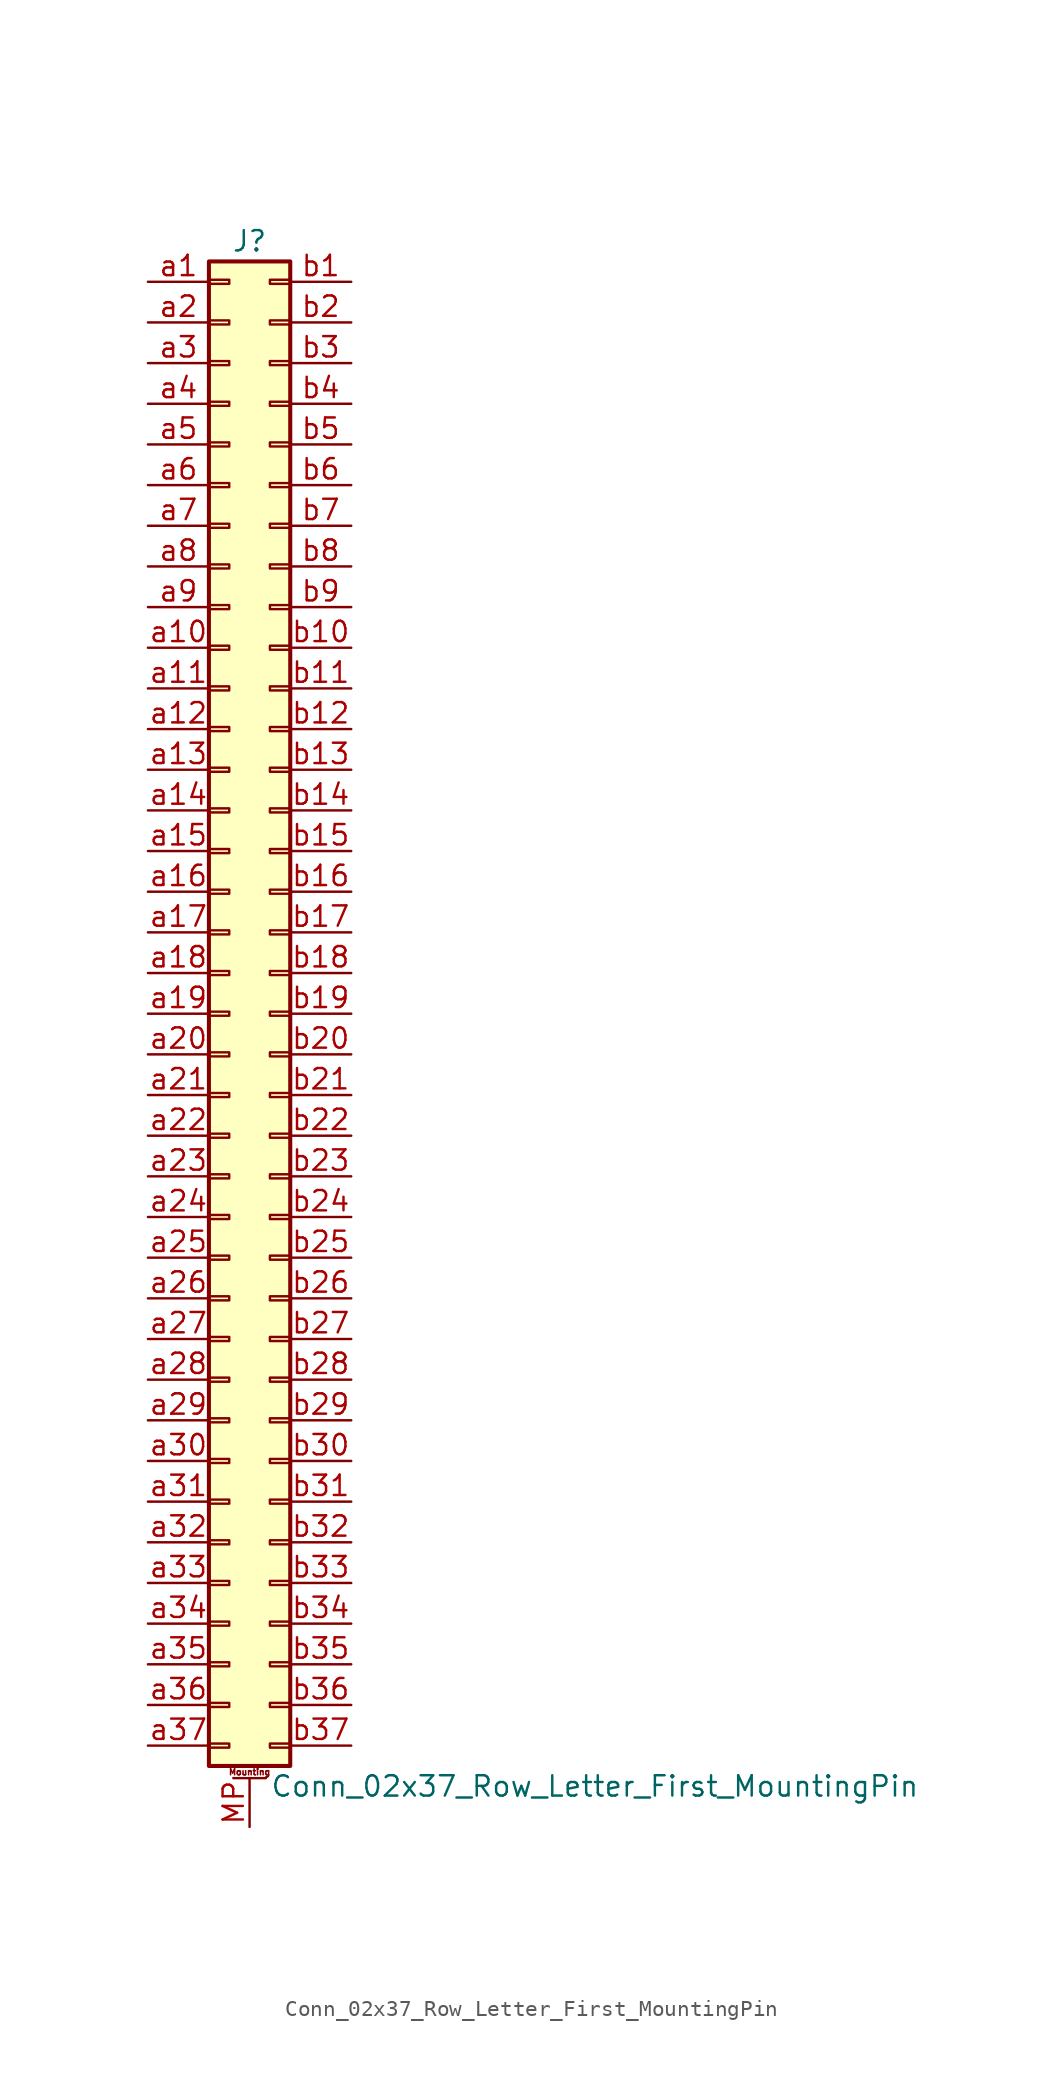
<source format=kicad_sym>
(kicad_symbol_lib
  (version 20211014)
  (generator kicad_symbol_editor)
  (symbol "Conn_02x37_Row_Letter_First_MountingPin"
    (pin_names
      (offset 1.016) hide)
    (property "Reference" "J"
      (at 1.27 48.26 0)
      (effects (font (size 1.27 1.27))))
    (property "Value" "Conn_02x37_Row_Letter_First_MountingPin"
      (at 2.54 -48.26 0)
      (effects (font (size 1.27 1.27)) (justify left)))
    (symbol "Conn_02x37_Row_Letter_First_MountingPin_1_1"
      (rectangle (start -1.27 -45.593) (end 0 -45.847) (stroke (width 0.152) (type default) (color 0 0 0 0)) (fill (type none)))
      (rectangle (start -1.27 -43.053) (end 0 -43.307) (stroke (width 0.152) (type default) (color 0 0 0 0)) (fill (type none)))
      (rectangle (start -1.27 -40.513) (end 0 -40.767) (stroke (width 0.152) (type default) (color 0 0 0 0)) (fill (type none)))
      (rectangle (start -1.27 -37.973) (end 0 -38.227) (stroke (width 0.152) (type default) (color 0 0 0 0)) (fill (type none)))
      (rectangle (start -1.27 -35.433) (end 0 -35.687) (stroke (width 0.152) (type default) (color 0 0 0 0)) (fill (type none)))
      (rectangle (start -1.27 -32.893) (end 0 -33.147) (stroke (width 0.152) (type default) (color 0 0 0 0)) (fill (type none)))
      (rectangle (start -1.27 -30.353) (end 0 -30.607) (stroke (width 0.152) (type default) (color 0 0 0 0)) (fill (type none)))
      (rectangle (start -1.27 -27.813) (end 0 -28.067) (stroke (width 0.152) (type default) (color 0 0 0 0)) (fill (type none)))
      (rectangle (start -1.27 -25.273) (end 0 -25.527) (stroke (width 0.152) (type default) (color 0 0 0 0)) (fill (type none)))
      (rectangle (start -1.27 -22.733) (end 0 -22.987) (stroke (width 0.152) (type default) (color 0 0 0 0)) (fill (type none)))
      (rectangle (start -1.27 -20.193) (end 0 -20.447) (stroke (width 0.152) (type default) (color 0 0 0 0)) (fill (type none)))
      (rectangle (start -1.27 -17.653) (end 0 -17.907) (stroke (width 0.152) (type default) (color 0 0 0 0)) (fill (type none)))
      (rectangle (start -1.27 -15.113) (end 0 -15.367) (stroke (width 0.152) (type default) (color 0 0 0 0)) (fill (type none)))
      (rectangle (start -1.27 -12.573) (end 0 -12.827) (stroke (width 0.152) (type default) (color 0 0 0 0)) (fill (type none)))
      (rectangle (start -1.27 -10.033) (end 0 -10.287) (stroke (width 0.152) (type default) (color 0 0 0 0)) (fill (type none)))
      (rectangle (start -1.27 -7.493) (end 0 -7.747) (stroke (width 0.152) (type default) (color 0 0 0 0)) (fill (type none)))
      (rectangle (start -1.27 -4.953) (end 0 -5.207) (stroke (width 0.152) (type default) (color 0 0 0 0)) (fill (type none)))
      (rectangle (start -1.27 -2.413) (end 0 -2.667) (stroke (width 0.152) (type default) (color 0 0 0 0)) (fill (type none)))
      (rectangle (start -1.27 0.127) (end 0 -0.127) (stroke (width 0.152) (type default) (color 0 0 0 0)) (fill (type none)))
      (rectangle (start -1.27 2.667) (end 0 2.413) (stroke (width 0.152) (type default) (color 0 0 0 0)) (fill (type none)))
      (rectangle (start -1.27 5.207) (end 0 4.953) (stroke (width 0.152) (type default) (color 0 0 0 0)) (fill (type none)))
      (rectangle (start -1.27 7.747) (end 0 7.493) (stroke (width 0.152) (type default) (color 0 0 0 0)) (fill (type none)))
      (rectangle (start -1.27 10.287) (end 0 10.033) (stroke (width 0.152) (type default) (color 0 0 0 0)) (fill (type none)))
      (rectangle (start -1.27 12.827) (end 0 12.573) (stroke (width 0.152) (type default) (color 0 0 0 0)) (fill (type none)))
      (rectangle (start -1.27 15.367) (end 0 15.113) (stroke (width 0.152) (type default) (color 0 0 0 0)) (fill (type none)))
      (rectangle (start -1.27 17.907) (end 0 17.653) (stroke (width 0.152) (type default) (color 0 0 0 0)) (fill (type none)))
      (rectangle (start -1.27 20.447) (end 0 20.193) (stroke (width 0.152) (type default) (color 0 0 0 0)) (fill (type none)))
      (rectangle (start -1.27 22.987) (end 0 22.733) (stroke (width 0.152) (type default) (color 0 0 0 0)) (fill (type none)))
      (rectangle (start -1.27 25.527) (end 0 25.273) (stroke (width 0.152) (type default) (color 0 0 0 0)) (fill (type none)))
      (rectangle (start -1.27 28.067) (end 0 27.813) (stroke (width 0.152) (type default) (color 0 0 0 0)) (fill (type none)))
      (rectangle (start -1.27 30.607) (end 0 30.353) (stroke (width 0.152) (type default) (color 0 0 0 0)) (fill (type none)))
      (rectangle (start -1.27 33.147) (end 0 32.893) (stroke (width 0.152) (type default) (color 0 0 0 0)) (fill (type none)))
      (rectangle (start -1.27 35.687) (end 0 35.433) (stroke (width 0.152) (type default) (color 0 0 0 0)) (fill (type none)))
      (rectangle (start -1.27 38.227) (end 0 37.973) (stroke (width 0.152) (type default) (color 0 0 0 0)) (fill (type none)))
      (rectangle (start -1.27 40.767) (end 0 40.513) (stroke (width 0.152) (type default) (color 0 0 0 0)) (fill (type none)))
      (rectangle (start -1.27 43.307) (end 0 43.053) (stroke (width 0.152) (type default) (color 0 0 0 0)) (fill (type none)))
      (rectangle (start -1.27 45.847) (end 0 45.593) (stroke (width 0.152) (type default) (color 0 0 0 0)) (fill (type none)))
      (rectangle (start -1.27 46.99) (end 3.81 -46.99) (stroke (width 0.254) (type default) (color 0 0 0 0)) (fill (type background)))
      (polyline (pts (xy 0.254 -47.752) (xy 2.286 -47.752)) (stroke (width 0.152) (type default) (color 0 0 0 0)) (fill (type none)))
      (rectangle (start 3.81 -45.593) (end 2.54 -45.847) (stroke (width 0.152) (type default) (color 0 0 0 0)) (fill (type none)))
      (rectangle (start 3.81 -43.053) (end 2.54 -43.307) (stroke (width 0.152) (type default) (color 0 0 0 0)) (fill (type none)))
      (rectangle (start 3.81 -40.513) (end 2.54 -40.767) (stroke (width 0.152) (type default) (color 0 0 0 0)) (fill (type none)))
      (rectangle (start 3.81 -37.973) (end 2.54 -38.227) (stroke (width 0.152) (type default) (color 0 0 0 0)) (fill (type none)))
      (rectangle (start 3.81 -35.433) (end 2.54 -35.687) (stroke (width 0.152) (type default) (color 0 0 0 0)) (fill (type none)))
      (rectangle (start 3.81 -32.893) (end 2.54 -33.147) (stroke (width 0.152) (type default) (color 0 0 0 0)) (fill (type none)))
      (rectangle (start 3.81 -30.353) (end 2.54 -30.607) (stroke (width 0.152) (type default) (color 0 0 0 0)) (fill (type none)))
      (rectangle (start 3.81 -27.813) (end 2.54 -28.067) (stroke (width 0.152) (type default) (color 0 0 0 0)) (fill (type none)))
      (rectangle (start 3.81 -25.273) (end 2.54 -25.527) (stroke (width 0.152) (type default) (color 0 0 0 0)) (fill (type none)))
      (rectangle (start 3.81 -22.733) (end 2.54 -22.987) (stroke (width 0.152) (type default) (color 0 0 0 0)) (fill (type none)))
      (rectangle (start 3.81 -20.193) (end 2.54 -20.447) (stroke (width 0.152) (type default) (color 0 0 0 0)) (fill (type none)))
      (rectangle (start 3.81 -17.653) (end 2.54 -17.907) (stroke (width 0.152) (type default) (color 0 0 0 0)) (fill (type none)))
      (rectangle (start 3.81 -15.113) (end 2.54 -15.367) (stroke (width 0.152) (type default) (color 0 0 0 0)) (fill (type none)))
      (rectangle (start 3.81 -12.573) (end 2.54 -12.827) (stroke (width 0.152) (type default) (color 0 0 0 0)) (fill (type none)))
      (rectangle (start 3.81 -10.033) (end 2.54 -10.287) (stroke (width 0.152) (type default) (color 0 0 0 0)) (fill (type none)))
      (rectangle (start 3.81 -7.493) (end 2.54 -7.747) (stroke (width 0.152) (type default) (color 0 0 0 0)) (fill (type none)))
      (rectangle (start 3.81 -4.953) (end 2.54 -5.207) (stroke (width 0.152) (type default) (color 0 0 0 0)) (fill (type none)))
      (rectangle (start 3.81 -2.413) (end 2.54 -2.667) (stroke (width 0.152) (type default) (color 0 0 0 0)) (fill (type none)))
      (rectangle (start 3.81 0.127) (end 2.54 -0.127) (stroke (width 0.152) (type default) (color 0 0 0 0)) (fill (type none)))
      (rectangle (start 3.81 2.667) (end 2.54 2.413) (stroke (width 0.152) (type default) (color 0 0 0 0)) (fill (type none)))
      (rectangle (start 3.81 5.207) (end 2.54 4.953) (stroke (width 0.152) (type default) (color 0 0 0 0)) (fill (type none)))
      (rectangle (start 3.81 7.747) (end 2.54 7.493) (stroke (width 0.152) (type default) (color 0 0 0 0)) (fill (type none)))
      (rectangle (start 3.81 10.287) (end 2.54 10.033) (stroke (width 0.152) (type default) (color 0 0 0 0)) (fill (type none)))
      (rectangle (start 3.81 12.827) (end 2.54 12.573) (stroke (width 0.152) (type default) (color 0 0 0 0)) (fill (type none)))
      (rectangle (start 3.81 15.367) (end 2.54 15.113) (stroke (width 0.152) (type default) (color 0 0 0 0)) (fill (type none)))
      (rectangle (start 3.81 17.907) (end 2.54 17.653) (stroke (width 0.152) (type default) (color 0 0 0 0)) (fill (type none)))
      (rectangle (start 3.81 20.447) (end 2.54 20.193) (stroke (width 0.152) (type default) (color 0 0 0 0)) (fill (type none)))
      (rectangle (start 3.81 22.987) (end 2.54 22.733) (stroke (width 0.152) (type default) (color 0 0 0 0)) (fill (type none)))
      (rectangle (start 3.81 25.527) (end 2.54 25.273) (stroke (width 0.152) (type default) (color 0 0 0 0)) (fill (type none)))
      (rectangle (start 3.81 28.067) (end 2.54 27.813) (stroke (width 0.152) (type default) (color 0 0 0 0)) (fill (type none)))
      (rectangle (start 3.81 30.607) (end 2.54 30.353) (stroke (width 0.152) (type default) (color 0 0 0 0)) (fill (type none)))
      (rectangle (start 3.81 33.147) (end 2.54 32.893) (stroke (width 0.152) (type default) (color 0 0 0 0)) (fill (type none)))
      (rectangle (start 3.81 35.687) (end 2.54 35.433) (stroke (width 0.152) (type default) (color 0 0 0 0)) (fill (type none)))
      (rectangle (start 3.81 38.227) (end 2.54 37.973) (stroke (width 0.152) (type default) (color 0 0 0 0)) (fill (type none)))
      (rectangle (start 3.81 40.767) (end 2.54 40.513) (stroke (width 0.152) (type default) (color 0 0 0 0)) (fill (type none)))
      (rectangle (start 3.81 43.307) (end 2.54 43.053) (stroke (width 0.152) (type default) (color 0 0 0 0)) (fill (type none)))
      (rectangle (start 3.81 45.847) (end 2.54 45.593) (stroke (width 0.152) (type default) (color 0 0 0 0)) (fill (type none)))
      (text "Mounting" (at 1.27 -47.371 0) (effects (font (size 0.381 0.381))))
      (pin passive line (at 1.27 -50.8 90) (length 3.048) (name "MountPin" (effects (font (size 1.27 1.27)))) (number "MP" (effects (font (size 1.27 1.27)))))
      (pin passive line (at -5.08 45.72 0) (length 3.81) (name "Pin_a1" (effects (font (size 1.27 1.27)))) (number "a1" (effects (font (size 1.27 1.27)))))
      (pin passive line (at -5.08 22.86 0) (length 3.81) (name "Pin_a10" (effects (font (size 1.27 1.27)))) (number "a10" (effects (font (size 1.27 1.27)))))
      (pin passive line (at -5.08 20.32 0) (length 3.81) (name "Pin_a11" (effects (font (size 1.27 1.27)))) (number "a11" (effects (font (size 1.27 1.27)))))
      (pin passive line (at -5.08 17.78 0) (length 3.81) (name "Pin_a12" (effects (font (size 1.27 1.27)))) (number "a12" (effects (font (size 1.27 1.27)))))
      (pin passive line (at -5.08 15.24 0) (length 3.81) (name "Pin_a13" (effects (font (size 1.27 1.27)))) (number "a13" (effects (font (size 1.27 1.27)))))
      (pin passive line (at -5.08 12.7 0) (length 3.81) (name "Pin_a14" (effects (font (size 1.27 1.27)))) (number "a14" (effects (font (size 1.27 1.27)))))
      (pin passive line (at -5.08 10.16 0) (length 3.81) (name "Pin_a15" (effects (font (size 1.27 1.27)))) (number "a15" (effects (font (size 1.27 1.27)))))
      (pin passive line (at -5.08 7.62 0) (length 3.81) (name "Pin_a16" (effects (font (size 1.27 1.27)))) (number "a16" (effects (font (size 1.27 1.27)))))
      (pin passive line (at -5.08 5.08 0) (length 3.81) (name "Pin_a17" (effects (font (size 1.27 1.27)))) (number "a17" (effects (font (size 1.27 1.27)))))
      (pin passive line (at -5.08 2.54 0) (length 3.81) (name "Pin_a18" (effects (font (size 1.27 1.27)))) (number "a18" (effects (font (size 1.27 1.27)))))
      (pin passive line (at -5.08 0 0) (length 3.81) (name "Pin_a19" (effects (font (size 1.27 1.27)))) (number "a19" (effects (font (size 1.27 1.27)))))
      (pin passive line (at -5.08 43.18 0) (length 3.81) (name "Pin_a2" (effects (font (size 1.27 1.27)))) (number "a2" (effects (font (size 1.27 1.27)))))
      (pin passive line (at -5.08 -2.54 0) (length 3.81) (name "Pin_a20" (effects (font (size 1.27 1.27)))) (number "a20" (effects (font (size 1.27 1.27)))))
      (pin passive line (at -5.08 -5.08 0) (length 3.81) (name "Pin_a21" (effects (font (size 1.27 1.27)))) (number "a21" (effects (font (size 1.27 1.27)))))
      (pin passive line (at -5.08 -7.62 0) (length 3.81) (name "Pin_a22" (effects (font (size 1.27 1.27)))) (number "a22" (effects (font (size 1.27 1.27)))))
      (pin passive line (at -5.08 -10.16 0) (length 3.81) (name "Pin_a23" (effects (font (size 1.27 1.27)))) (number "a23" (effects (font (size 1.27 1.27)))))
      (pin passive line (at -5.08 -12.7 0) (length 3.81) (name "Pin_a24" (effects (font (size 1.27 1.27)))) (number "a24" (effects (font (size 1.27 1.27)))))
      (pin passive line (at -5.08 -15.24 0) (length 3.81) (name "Pin_a25" (effects (font (size 1.27 1.27)))) (number "a25" (effects (font (size 1.27 1.27)))))
      (pin passive line (at -5.08 -17.78 0) (length 3.81) (name "Pin_a26" (effects (font (size 1.27 1.27)))) (number "a26" (effects (font (size 1.27 1.27)))))
      (pin passive line (at -5.08 -20.32 0) (length 3.81) (name "Pin_a27" (effects (font (size 1.27 1.27)))) (number "a27" (effects (font (size 1.27 1.27)))))
      (pin passive line (at -5.08 -22.86 0) (length 3.81) (name "Pin_a28" (effects (font (size 1.27 1.27)))) (number "a28" (effects (font (size 1.27 1.27)))))
      (pin passive line (at -5.08 -25.4 0) (length 3.81) (name "Pin_a29" (effects (font (size 1.27 1.27)))) (number "a29" (effects (font (size 1.27 1.27)))))
      (pin passive line (at -5.08 40.64 0) (length 3.81) (name "Pin_a3" (effects (font (size 1.27 1.27)))) (number "a3" (effects (font (size 1.27 1.27)))))
      (pin passive line (at -5.08 -27.94 0) (length 3.81) (name "Pin_a30" (effects (font (size 1.27 1.27)))) (number "a30" (effects (font (size 1.27 1.27)))))
      (pin passive line (at -5.08 -30.48 0) (length 3.81) (name "Pin_a31" (effects (font (size 1.27 1.27)))) (number "a31" (effects (font (size 1.27 1.27)))))
      (pin passive line (at -5.08 -33.02 0) (length 3.81) (name "Pin_a32" (effects (font (size 1.27 1.27)))) (number "a32" (effects (font (size 1.27 1.27)))))
      (pin passive line (at -5.08 -35.56 0) (length 3.81) (name "Pin_a33" (effects (font (size 1.27 1.27)))) (number "a33" (effects (font (size 1.27 1.27)))))
      (pin passive line (at -5.08 -38.1 0) (length 3.81) (name "Pin_a34" (effects (font (size 1.27 1.27)))) (number "a34" (effects (font (size 1.27 1.27)))))
      (pin passive line (at -5.08 -40.64 0) (length 3.81) (name "Pin_a35" (effects (font (size 1.27 1.27)))) (number "a35" (effects (font (size 1.27 1.27)))))
      (pin passive line (at -5.08 -43.18 0) (length 3.81) (name "Pin_a36" (effects (font (size 1.27 1.27)))) (number "a36" (effects (font (size 1.27 1.27)))))
      (pin passive line (at -5.08 -45.72 0) (length 3.81) (name "Pin_a37" (effects (font (size 1.27 1.27)))) (number "a37" (effects (font (size 1.27 1.27)))))
      (pin passive line (at -5.08 38.1 0) (length 3.81) (name "Pin_a4" (effects (font (size 1.27 1.27)))) (number "a4" (effects (font (size 1.27 1.27)))))
      (pin passive line (at -5.08 35.56 0) (length 3.81) (name "Pin_a5" (effects (font (size 1.27 1.27)))) (number "a5" (effects (font (size 1.27 1.27)))))
      (pin passive line (at -5.08 33.02 0) (length 3.81) (name "Pin_a6" (effects (font (size 1.27 1.27)))) (number "a6" (effects (font (size 1.27 1.27)))))
      (pin passive line (at -5.08 30.48 0) (length 3.81) (name "Pin_a7" (effects (font (size 1.27 1.27)))) (number "a7" (effects (font (size 1.27 1.27)))))
      (pin passive line (at -5.08 27.94 0) (length 3.81) (name "Pin_a8" (effects (font (size 1.27 1.27)))) (number "a8" (effects (font (size 1.27 1.27)))))
      (pin passive line (at -5.08 25.4 0) (length 3.81) (name "Pin_a9" (effects (font (size 1.27 1.27)))) (number "a9" (effects (font (size 1.27 1.27)))))
      (pin passive line (at 7.62 45.72 180) (length 3.81) (name "Pin_b1" (effects (font (size 1.27 1.27)))) (number "b1" (effects (font (size 1.27 1.27)))))
      (pin passive line (at 7.62 22.86 180) (length 3.81) (name "Pin_b10" (effects (font (size 1.27 1.27)))) (number "b10" (effects (font (size 1.27 1.27)))))
      (pin passive line (at 7.62 20.32 180) (length 3.81) (name "Pin_b11" (effects (font (size 1.27 1.27)))) (number "b11" (effects (font (size 1.27 1.27)))))
      (pin passive line (at 7.62 17.78 180) (length 3.81) (name "Pin_b12" (effects (font (size 1.27 1.27)))) (number "b12" (effects (font (size 1.27 1.27)))))
      (pin passive line (at 7.62 15.24 180) (length 3.81) (name "Pin_b13" (effects (font (size 1.27 1.27)))) (number "b13" (effects (font (size 1.27 1.27)))))
      (pin passive line (at 7.62 12.7 180) (length 3.81) (name "Pin_b14" (effects (font (size 1.27 1.27)))) (number "b14" (effects (font (size 1.27 1.27)))))
      (pin passive line (at 7.62 10.16 180) (length 3.81) (name "Pin_b15" (effects (font (size 1.27 1.27)))) (number "b15" (effects (font (size 1.27 1.27)))))
      (pin passive line (at 7.62 7.62 180) (length 3.81) (name "Pin_b16" (effects (font (size 1.27 1.27)))) (number "b16" (effects (font (size 1.27 1.27)))))
      (pin passive line (at 7.62 5.08 180) (length 3.81) (name "Pin_b17" (effects (font (size 1.27 1.27)))) (number "b17" (effects (font (size 1.27 1.27)))))
      (pin passive line (at 7.62 2.54 180) (length 3.81) (name "Pin_b18" (effects (font (size 1.27 1.27)))) (number "b18" (effects (font (size 1.27 1.27)))))
      (pin passive line (at 7.62 0 180) (length 3.81) (name "Pin_b19" (effects (font (size 1.27 1.27)))) (number "b19" (effects (font (size 1.27 1.27)))))
      (pin passive line (at 7.62 43.18 180) (length 3.81) (name "Pin_b2" (effects (font (size 1.27 1.27)))) (number "b2" (effects (font (size 1.27 1.27)))))
      (pin passive line (at 7.62 -2.54 180) (length 3.81) (name "Pin_b20" (effects (font (size 1.27 1.27)))) (number "b20" (effects (font (size 1.27 1.27)))))
      (pin passive line (at 7.62 -5.08 180) (length 3.81) (name "Pin_b21" (effects (font (size 1.27 1.27)))) (number "b21" (effects (font (size 1.27 1.27)))))
      (pin passive line (at 7.62 -7.62 180) (length 3.81) (name "Pin_b22" (effects (font (size 1.27 1.27)))) (number "b22" (effects (font (size 1.27 1.27)))))
      (pin passive line (at 7.62 -10.16 180) (length 3.81) (name "Pin_b23" (effects (font (size 1.27 1.27)))) (number "b23" (effects (font (size 1.27 1.27)))))
      (pin passive line (at 7.62 -12.7 180) (length 3.81) (name "Pin_b24" (effects (font (size 1.27 1.27)))) (number "b24" (effects (font (size 1.27 1.27)))))
      (pin passive line (at 7.62 -15.24 180) (length 3.81) (name "Pin_b25" (effects (font (size 1.27 1.27)))) (number "b25" (effects (font (size 1.27 1.27)))))
      (pin passive line (at 7.62 -17.78 180) (length 3.81) (name "Pin_b26" (effects (font (size 1.27 1.27)))) (number "b26" (effects (font (size 1.27 1.27)))))
      (pin passive line (at 7.62 -20.32 180) (length 3.81) (name "Pin_b27" (effects (font (size 1.27 1.27)))) (number "b27" (effects (font (size 1.27 1.27)))))
      (pin passive line (at 7.62 -22.86 180) (length 3.81) (name "Pin_b28" (effects (font (size 1.27 1.27)))) (number "b28" (effects (font (size 1.27 1.27)))))
      (pin passive line (at 7.62 -25.4 180) (length 3.81) (name "Pin_b29" (effects (font (size 1.27 1.27)))) (number "b29" (effects (font (size 1.27 1.27)))))
      (pin passive line (at 7.62 40.64 180) (length 3.81) (name "Pin_b3" (effects (font (size 1.27 1.27)))) (number "b3" (effects (font (size 1.27 1.27)))))
      (pin passive line (at 7.62 -27.94 180) (length 3.81) (name "Pin_b30" (effects (font (size 1.27 1.27)))) (number "b30" (effects (font (size 1.27 1.27)))))
      (pin passive line (at 7.62 -30.48 180) (length 3.81) (name "Pin_b31" (effects (font (size 1.27 1.27)))) (number "b31" (effects (font (size 1.27 1.27)))))
      (pin passive line (at 7.62 -33.02 180) (length 3.81) (name "Pin_b32" (effects (font (size 1.27 1.27)))) (number "b32" (effects (font (size 1.27 1.27)))))
      (pin passive line (at 7.62 -35.56 180) (length 3.81) (name "Pin_b33" (effects (font (size 1.27 1.27)))) (number "b33" (effects (font (size 1.27 1.27)))))
      (pin passive line (at 7.62 -38.1 180) (length 3.81) (name "Pin_b34" (effects (font (size 1.27 1.27)))) (number "b34" (effects (font (size 1.27 1.27)))))
      (pin passive line (at 7.62 -40.64 180) (length 3.81) (name "Pin_b35" (effects (font (size 1.27 1.27)))) (number "b35" (effects (font (size 1.27 1.27)))))
      (pin passive line (at 7.62 -43.18 180) (length 3.81) (name "Pin_b36" (effects (font (size 1.27 1.27)))) (number "b36" (effects (font (size 1.27 1.27)))))
      (pin passive line (at 7.62 -45.72 180) (length 3.81) (name "Pin_b37" (effects (font (size 1.27 1.27)))) (number "b37" (effects (font (size 1.27 1.27)))))
      (pin passive line (at 7.62 38.1 180) (length 3.81) (name "Pin_b4" (effects (font (size 1.27 1.27)))) (number "b4" (effects (font (size 1.27 1.27)))))
      (pin passive line (at 7.62 35.56 180) (length 3.81) (name "Pin_b5" (effects (font (size 1.27 1.27)))) (number "b5" (effects (font (size 1.27 1.27)))))
      (pin passive line (at 7.62 33.02 180) (length 3.81) (name "Pin_b6" (effects (font (size 1.27 1.27)))) (number "b6" (effects (font (size 1.27 1.27)))))
      (pin passive line (at 7.62 30.48 180) (length 3.81) (name "Pin_b7" (effects (font (size 1.27 1.27)))) (number "b7" (effects (font (size 1.27 1.27)))))
      (pin passive line (at 7.62 27.94 180) (length 3.81) (name "Pin_b8" (effects (font (size 1.27 1.27)))) (number "b8" (effects (font (size 1.27 1.27)))))
      (pin passive line (at 7.62 25.4 180) (length 3.81) (name "Pin_b9" (effects (font (size 1.27 1.27)))) (number "b9" (effects (font (size 1.27 1.27))))))))
</source>
